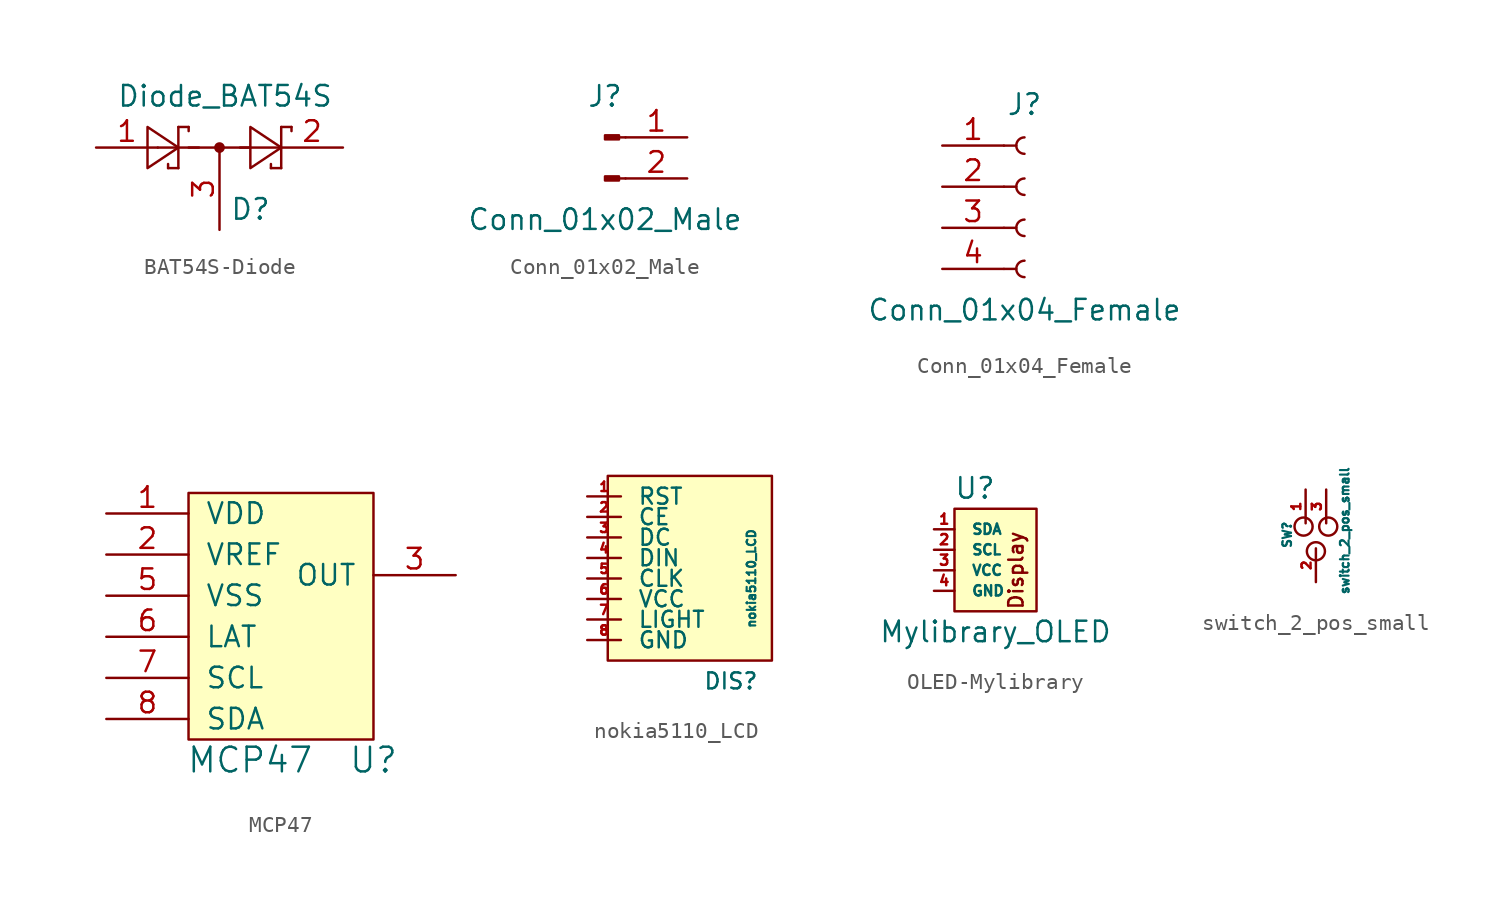
<source format=kicad_sym>
(kicad_symbol_lib
  (version 20220914)
  (generator kicad_symbol_editor)
  (symbol "BAT54S-Diode"
    (pin_names
      (offset 1.016))
    (property "Reference" "D"
      (at 0.635 -3.81 0)
      (effects (font (size 1.27 1.27)) (justify left)))
    (property "Value" "Diode_BAT54S"
      (at -6.35 3.175 0)
      (effects (font (size 1.27 1.27)) (justify left)))
    (symbol "BAT54S-Diode_0_1"
      (polyline (pts (xy -3.81 0) (xy -1.27 0)) (stroke (width 0) (type solid)) (fill (type none)))
      (polyline (pts (xy -3.175 -1.27) (xy -3.175 -1.016)) (stroke (width 0) (type solid)) (fill (type none)))
      (polyline (pts (xy -2.54 -1.27) (xy -3.175 -1.27)) (stroke (width 0) (type solid)) (fill (type none)))
      (polyline (pts (xy -2.54 -1.27) (xy -2.54 1.27)) (stroke (width 0) (type solid)) (fill (type none)))
      (polyline (pts (xy -2.54 1.27) (xy -1.905 1.27)) (stroke (width 0) (type solid)) (fill (type none)))
      (polyline (pts (xy -1.905 0) (xy 1.905 0)) (stroke (width 0) (type solid)) (fill (type none)))
      (polyline (pts (xy -1.905 1.27) (xy -1.905 1.016)) (stroke (width 0) (type solid)) (fill (type none)))
      (polyline (pts (xy 1.27 0) (xy 3.81 0)) (stroke (width 0) (type solid)) (fill (type none)))
      (polyline (pts (xy 3.175 -1.27) (xy 3.175 -1.016)) (stroke (width 0) (type solid)) (fill (type none)))
      (polyline (pts (xy 3.81 -1.27) (xy 3.175 -1.27)) (stroke (width 0) (type solid)) (fill (type none)))
      (polyline (pts (xy 3.81 -1.27) (xy 3.81 1.27)) (stroke (width 0) (type solid)) (fill (type none)))
      (polyline (pts (xy 3.81 1.27) (xy 4.445 1.27)) (stroke (width 0) (type solid)) (fill (type none)))
      (polyline (pts (xy 4.445 1.27) (xy 4.445 1.016)) (stroke (width 0) (type solid)) (fill (type none)))
      (polyline (pts (xy -4.445 1.27) (xy -4.445 -1.27) (xy -2.54 0) (xy -4.445 1.27)) (stroke (width 0) (type solid)) (fill (type none)))
      (polyline (pts (xy 1.905 1.27) (xy 1.905 -1.27) (xy 3.81 0) (xy 1.905 1.27)) (stroke (width 0) (type solid)) (fill (type none)))
      (circle (center 0 0) (radius 0.254) (stroke (width 0) (type solid)) (fill (type outline))))
    (symbol "BAT54S-Diode_1_1"
      (pin passive line (at -7.62 0 0) (length 3.81) (name "~" (effects (font (size 1.27 1.27)))) (number "1" (effects (font (size 1.27 1.27)))))
      (pin passive line (at 7.62 0 180) (length 3.81) (name "~" (effects (font (size 1.27 1.27)))) (number "2" (effects (font (size 1.27 1.27)))))
      (pin passive line (at 0 -5.08 90) (length 5.08) (name "~" (effects (font (size 1.27 1.27)))) (number "3" (effects (font (size 1.27 1.27)))))))
  (symbol "Conn_01x02_Male"
    (pin_names
      (offset 1.016) hide)
    (property "Reference" "J"
      (at 0 2.54 0)
      (effects (font (size 1.27 1.27))))
    (property "Value" "Conn_01x02_Male"
      (at 0 -5.08 0)
      (effects (font (size 1.27 1.27))))
    (symbol "Conn_01x02_Male_1_1"
      (polyline (pts (xy 1.27 -2.54) (xy 0.864 -2.54)) (stroke (width 0.152) (type solid)) (fill (type none)))
      (polyline (pts (xy 1.27 0) (xy 0.864 0)) (stroke (width 0.152) (type solid)) (fill (type none)))
      (rectangle (start 0.864 -2.413) (end 0 -2.667) (stroke (width 0.152) (type solid)) (fill (type outline)))
      (rectangle (start 0.864 0.127) (end 0 -0.127) (stroke (width 0.152) (type solid)) (fill (type outline)))
      (pin passive line (at 5.08 0 180) (length 3.81) (name "Pin_1" (effects (font (size 1.27 1.27)))) (number "1" (effects (font (size 1.27 1.27)))))
      (pin passive line (at 5.08 -2.54 180) (length 3.81) (name "Pin_2" (effects (font (size 1.27 1.27)))) (number "2" (effects (font (size 1.27 1.27)))))))
  (symbol "Conn_01x04_Female"
    (pin_names
      (offset 1.016) hide)
    (property "Reference" "J"
      (at 0 5.08 0)
      (effects (font (size 1.27 1.27))))
    (property "Value" "Conn_01x04_Female"
      (at 0 -7.62 0)
      (effects (font (size 1.27 1.27))))
    (symbol "Conn_01x04_Female_1_1"
      (arc (start 0 -4.572) (mid -0.5058 -5.08) (end 0 -5.588) (stroke (width 0.1524) (type solid)) (fill (type none)))
      (arc (start 0 -2.032) (mid -0.5058 -2.54) (end 0 -3.048) (stroke (width 0.1524) (type solid)) (fill (type none)))
      (polyline (pts (xy -1.27 -5.08) (xy -0.508 -5.08)) (stroke (width 0.152) (type solid)) (fill (type none)))
      (polyline (pts (xy -1.27 -2.54) (xy -0.508 -2.54)) (stroke (width 0.152) (type solid)) (fill (type none)))
      (polyline (pts (xy -1.27 0) (xy -0.508 0)) (stroke (width 0.152) (type solid)) (fill (type none)))
      (polyline (pts (xy -1.27 2.54) (xy -0.508 2.54)) (stroke (width 0.152) (type solid)) (fill (type none)))
      (arc (start 0 0.508) (mid -0.5058 0) (end 0 -0.508) (stroke (width 0.1524) (type solid)) (fill (type none)))
      (arc (start 0 3.048) (mid -0.5058 2.54) (end 0 2.032) (stroke (width 0.1524) (type solid)) (fill (type none)))
      (pin passive line (at -5.08 2.54 0) (length 3.81) (name "Pin_1" (effects (font (size 1.27 1.27)))) (number "1" (effects (font (size 1.27 1.27)))))
      (pin passive line (at -5.08 0 0) (length 3.81) (name "Pin_2" (effects (font (size 1.27 1.27)))) (number "2" (effects (font (size 1.27 1.27)))))
      (pin passive line (at -5.08 -2.54 0) (length 3.81) (name "Pin_3" (effects (font (size 1.27 1.27)))) (number "3" (effects (font (size 1.27 1.27)))))
      (pin passive line (at -5.08 -5.08 0) (length 3.81) (name "Pin_4" (effects (font (size 1.27 1.27)))) (number "4" (effects (font (size 1.27 1.27)))))))
  (symbol "MCP47"
    (pin_names
      (offset 1.016))
    (property "Reference" "U"
      (at 5.08 -7.62 0)
      (effects (font (size 1.524 1.524))))
    (property "Value" "MCP47"
      (at -2.54 -7.62 0)
      (effects (font (size 1.524 1.524))))
    (symbol "MCP47_0_1"
      (rectangle (start 5.08 -6.35) (end -6.35 8.89) (stroke (width 0) (type solid)) (fill (type background))))
    (symbol "MCP47_1_1"
      (pin power_in line (at -11.43 7.62 0) (length 5.08) (name "VDD" (effects (font (size 1.27 1.27)))) (number "1" (effects (font (size 1.27 1.27)))))
      (pin power_in line (at -11.43 5.08 0) (length 5.08) (name "VREF" (effects (font (size 1.27 1.27)))) (number "2" (effects (font (size 1.27 1.27)))))
      (pin output line (at 10.16 3.81 180) (length 5.08) (name "OUT" (effects (font (size 1.27 1.27)))) (number "3" (effects (font (size 1.27 1.27)))))
      (pin output line (at 10.16 0 180) (length 5.08) hide (name "NC" (effects (font (size 1.27 1.27)))) (number "4" (effects (font (size 1.27 1.27)))))
      (pin input line (at -11.43 2.54 0) (length 5.08) (name "VSS" (effects (font (size 1.27 1.27)))) (number "5" (effects (font (size 1.27 1.27)))))
      (pin input line (at -11.43 0 0) (length 5.08) (name "LAT" (effects (font (size 1.27 1.27)))) (number "6" (effects (font (size 1.27 1.27)))))
      (pin input line (at -11.43 -2.54 0) (length 5.08) (name "SCL" (effects (font (size 1.27 1.27)))) (number "7" (effects (font (size 1.27 1.27)))))
      (pin input line (at -11.43 -5.08 0) (length 5.08) (name "SDA" (effects (font (size 1.27 1.27)))) (number "8" (effects (font (size 1.27 1.27)))))))
  (symbol "nokia5110_LCD"
    (pin_names
      (offset 1.016))
    (property "Reference" "DIS"
      (at 6.35 -6.35 0)
      (effects (font (size 0.991 0.991))))
    (property "Value" "nokia5110_LCD"
      (at 7.62 0 90)
      (effects (font (size 0.533 0.533))))
    (property "Footprint" ""
      (at 0 0 0)
      (effects (font (size 1.524 1.524))))
    (property "Datasheet" ""
      (at 0 0 0)
      (effects (font (size 1.524 1.524))))
    (symbol "nokia5110_LCD_0_1"
      (rectangle (start -1.27 -5.08) (end 8.89 6.35) (stroke (width 0) (type solid)) (fill (type background))))
    (symbol "nokia5110_LCD_1_1"
      (pin power_in line (at -2.54 5.08 0) (length 2.083) (name "RST" (effects (font (size 0.991 0.991)))) (number "1" (effects (font (size 0.584 0.584)))))
      (pin power_in line (at -2.54 3.81 0) (length 2.083) (name "CE" (effects (font (size 0.991 0.991)))) (number "2" (effects (font (size 0.584 0.584)))))
      (pin power_in line (at -2.54 2.54 0) (length 2.083) (name "DC" (effects (font (size 0.991 0.991)))) (number "3" (effects (font (size 0.584 0.584)))))
      (pin power_in line (at -2.54 1.27 0) (length 2.083) (name "DIN" (effects (font (size 0.991 0.991)))) (number "4" (effects (font (size 0.584 0.584)))))
      (pin power_in line (at -2.54 0 0) (length 2.083) (name "CLK" (effects (font (size 0.991 0.991)))) (number "5" (effects (font (size 0.584 0.584)))))
      (pin power_in line (at -2.54 -1.27 0) (length 2.083) (name "VCC" (effects (font (size 0.991 0.991)))) (number "6" (effects (font (size 0.584 0.584)))))
      (pin power_in line (at -2.54 -2.54 0) (length 2.083) (name "LIGHT" (effects (font (size 0.991 0.991)))) (number "7" (effects (font (size 0.584 0.584)))))
      (pin power_in line (at -2.54 -3.81 0) (length 2.083) (name "GND" (effects (font (size 0.991 0.991)))) (number "8" (effects (font (size 0.584 0.584)))))))
  (symbol "OLED-Mylibrary"
    (pin_names
      (offset 1.016))
    (property "Reference" "U"
      (at 0 3.81 0)
      (effects (font (size 1.27 1.27))))
    (property "Value" "Mylibrary_OLED"
      (at 1.27 -5.08 0)
      (effects (font (size 1.27 1.27))))
    (symbol "OLED-Mylibrary_0_0"
      (rectangle (start -1.27 2.54) (end 3.81 -3.81) (stroke (width 0) (type solid)) (fill (type background)))
      (text "Display" (at 2.54 -1.27 900) (effects (font (size 0.889 0.889)))))
    (symbol "OLED-Mylibrary_1_1"
      (pin input line (at -2.54 1.27 0) (length 1.27) (name "SDA" (effects (font (size 0.635 0.635)))) (number "1" (effects (font (size 0.635 0.635)))))
      (pin input line (at -2.54 0 0) (length 1.27) (name "SCL" (effects (font (size 0.635 0.635)))) (number "2" (effects (font (size 0.635 0.635)))))
      (pin input line (at -2.54 -1.27 0) (length 1.27) (name "VCC" (effects (font (size 0.635 0.635)))) (number "3" (effects (font (size 0.635 0.635)))))
      (pin input line (at -2.54 -2.54 0) (length 1.27) (name "GND" (effects (font (size 0.635 0.635)))) (number "4" (effects (font (size 0.635 0.635)))))))
  (symbol "switch_2_pos_small"
    (pin_names
      (offset 1.016))
    (property "Reference" "SW"
      (at -1.778 1.016 90)
      (effects (font (size 0.533 0.533))))
    (property "Value" "switch_2_pos_small"
      (at 1.778 1.27 90)
      (effects (font (size 0.533 0.533))))
    (property "Footprint" ""
      (at -2.032 1.524 0)
      (effects (font (size 1.524 1.524))))
    (property "Datasheet" ""
      (at -2.032 1.524 0)
      (effects (font (size 1.524 1.524))))
    (symbol "switch_2_pos_small_0_1"
      (circle (center -0.762 1.524) (radius 0.559) (stroke (width 0) (type solid)) (fill (type none)))
      (circle (center 0 0) (radius 0.559) (stroke (width 0) (type solid)) (fill (type none)))
      (circle (center 0.762 1.524) (radius 0.559) (stroke (width 0) (type solid)) (fill (type none))))
    (symbol "switch_2_pos_small_1_1"
      (pin output line (at -0.635 3.81 270) (length 2.083) (name "~" (effects (font (size 1.27 1.27)))) (number "1" (effects (font (size 0.559 0.559)))))
      (pin input line (at 0 -1.905 90) (length 2.083) (name "~" (effects (font (size 1.27 1.27)))) (number "2" (effects (font (size 0.559 0.559)))))
      (pin output line (at 0.635 3.81 270) (length 2.083) (name "~" (effects (font (size 0.559 0.559)))) (number "3" (effects (font (size 0.559 0.559))))))))
</source>
